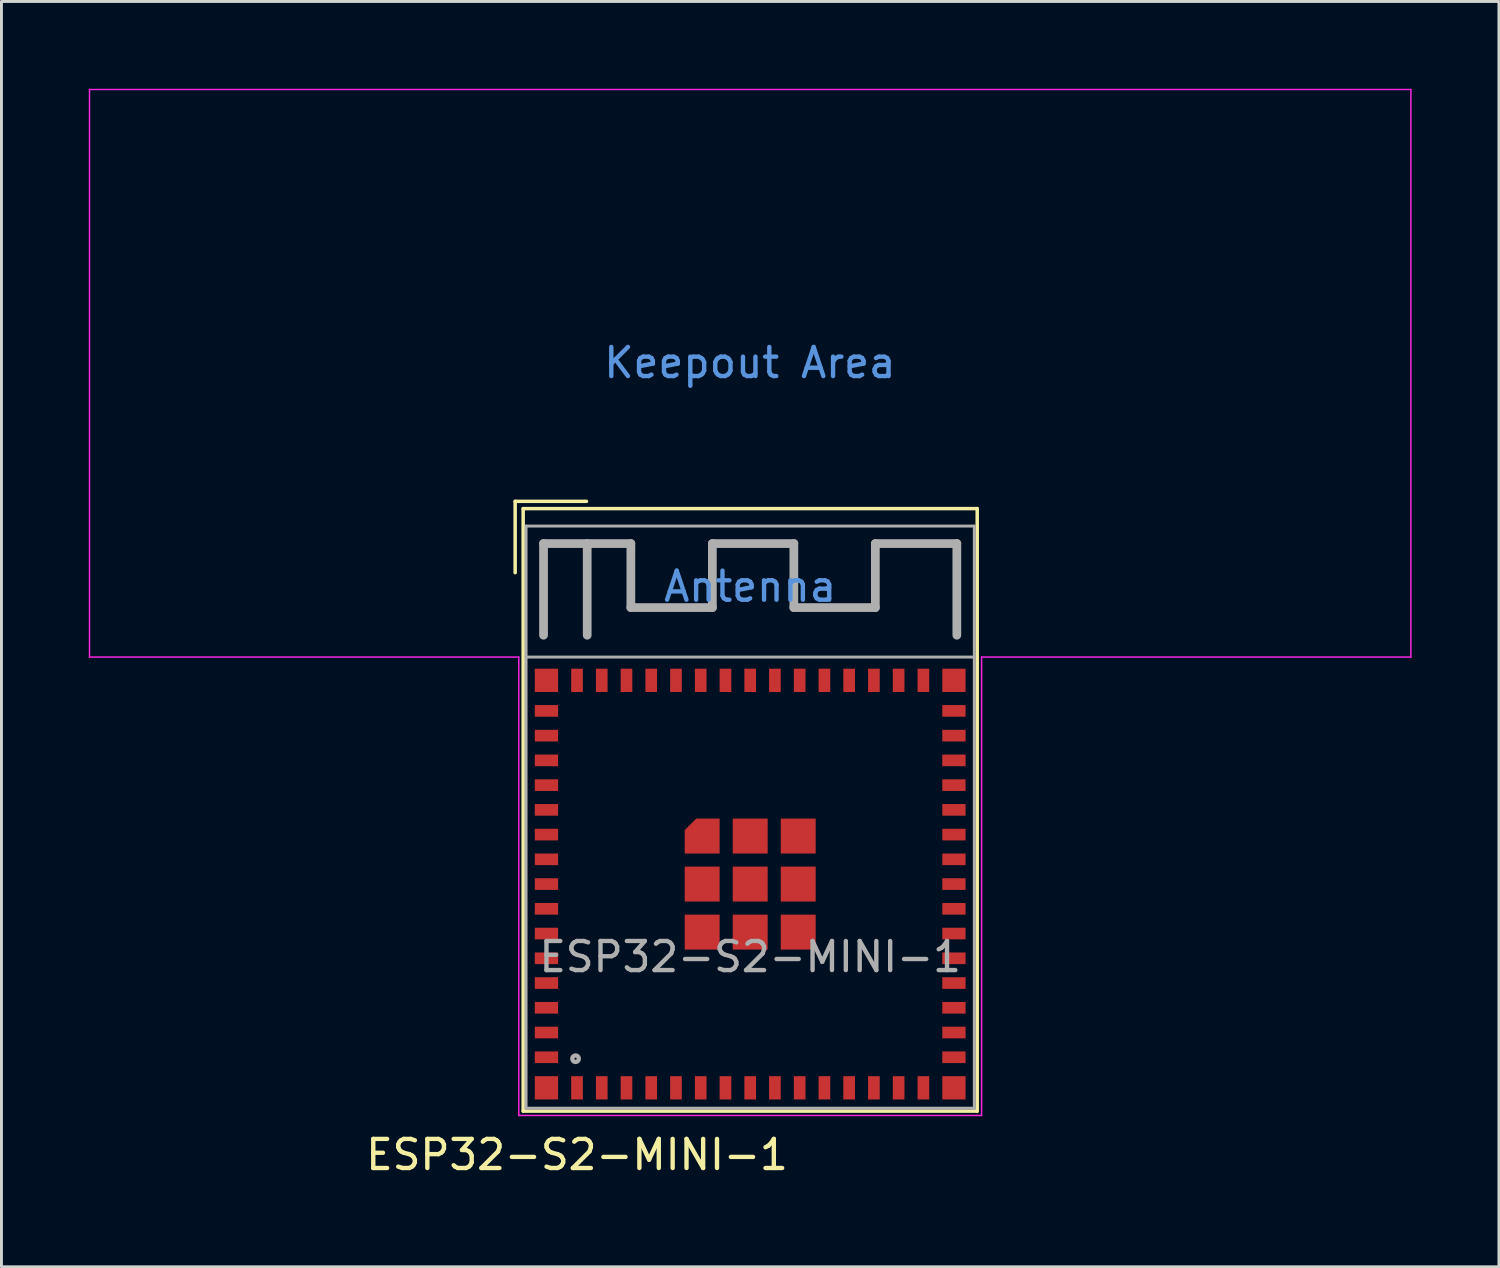
<source format=kicad_pcb>
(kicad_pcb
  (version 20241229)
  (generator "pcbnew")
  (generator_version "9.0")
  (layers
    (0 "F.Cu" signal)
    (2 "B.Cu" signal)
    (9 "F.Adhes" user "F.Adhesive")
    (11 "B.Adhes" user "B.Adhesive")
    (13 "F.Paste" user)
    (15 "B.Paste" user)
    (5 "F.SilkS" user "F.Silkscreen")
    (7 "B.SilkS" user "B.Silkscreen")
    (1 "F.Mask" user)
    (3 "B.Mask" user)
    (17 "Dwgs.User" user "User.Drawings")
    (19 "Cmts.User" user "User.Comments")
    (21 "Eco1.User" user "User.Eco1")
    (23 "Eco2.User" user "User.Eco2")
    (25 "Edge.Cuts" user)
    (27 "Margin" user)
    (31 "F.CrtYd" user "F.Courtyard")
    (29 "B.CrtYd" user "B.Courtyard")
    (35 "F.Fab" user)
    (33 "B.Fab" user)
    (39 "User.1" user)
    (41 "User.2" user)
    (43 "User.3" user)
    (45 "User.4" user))
  (footprint "ESP32-S2-MINI-1"
    (layer "F.Cu")
    (at 22.725 24.775)
    (property "Reference" "ESP32-S2-MINI-1" (at -5.95 11.85 0) (unlocked yes) (layer "F.SilkS") (effects (font (size 1 1) (thickness 0.15))))
    (attr smd)
    (fp_line (start -8.075 -10.6) (end -8.075 -8.15) (stroke (width 0.12) (type solid)) (layer "F.SilkS"))
    (fp_line (start -8.075 -10.6) (end -5.625 -10.6) (stroke (width 0.12) (type solid)) (layer "F.SilkS"))
    (fp_line (start -7.8 -10.35) (end 7.8 -10.35) (stroke (width 0.12) (type solid)) (layer "F.SilkS"))
    (fp_line (start -7.8 10.35) (end -7.8 -10.35) (stroke (width 0.12) (type solid)) (layer "F.SilkS"))
    (fp_line (start 7.8 -10.35) (end 7.8 10.35) (stroke (width 0.12) (type solid)) (layer "F.SilkS"))
    (fp_line (start 7.8 10.35) (end -7.8 10.35) (stroke (width 0.12) (type solid)) (layer "F.SilkS"))
    (fp_line (start -22.7 -24.75) (end 22.7 -24.75) (stroke (width 0.05) (type solid)) (layer "F.CrtYd"))
    (fp_line (start -22.7 -5.25) (end -22.7 -24.75) (stroke (width 0.05) (type solid)) (layer "F.CrtYd"))
    (fp_line (start -7.95 -5.25) (end -22.7 -5.25) (stroke (width 0.05) (type solid)) (layer "F.CrtYd"))
    (fp_line (start -7.95 10.5) (end -7.95 -5.25) (stroke (width 0.05) (type solid)) (layer "F.CrtYd"))
    (fp_line (start 7.95 -5.25) (end 7.95 10.5) (stroke (width 0.05) (type solid)) (layer "F.CrtYd"))
    (fp_line (start 7.95 -5.25) (end 22.7 -5.25) (stroke (width 0.05) (type solid)) (layer "F.CrtYd"))
    (fp_line (start 7.95 10.5) (end -7.95 10.5) (stroke (width 0.05) (type solid)) (layer "F.CrtYd"))
    (fp_line (start 22.7 -5.25) (end 22.7 -24.75) (stroke (width 0.05) (type solid)) (layer "F.CrtYd"))
    (fp_line (start -7.7 -9.75) (end 7.7 -9.75) (stroke (width 0.1) (type solid)) (layer "F.Fab"))
    (fp_line (start -7.7 -5.25) (end 7.7 -5.25) (stroke (width 0.1) (type solid)) (layer "F.Fab"))
    (fp_line (start -7.7 10.25) (end -7.7 -9.75) (stroke (width 0.1) (type solid)) (layer "F.Fab"))
    (fp_line (start -7.1 -9.15) (end -4.1 -9.15) (stroke (width 0.3) (type solid)) (layer "F.Fab"))
    (fp_line (start -7.1 -6) (end -7.1 -9.15) (stroke (width 0.3) (type solid)) (layer "F.Fab"))
    (fp_line (start -5.6 -6) (end -5.6 -9.15) (stroke (width 0.3) (type solid)) (layer "F.Fab"))
    (fp_line (start -4.1 -9.15) (end -4.1 -6.95) (stroke (width 0.3) (type solid)) (layer "F.Fab"))
    (fp_line (start -4.1 -6.95) (end -1.3 -6.95) (stroke (width 0.3) (type solid)) (layer "F.Fab"))
    (fp_line (start -1.3 -9.15) (end 1.5 -9.15) (stroke (width 0.3) (type solid)) (layer "F.Fab"))
    (fp_line (start -1.3 -6.95) (end -1.3 -9.15) (stroke (width 0.3) (type solid)) (layer "F.Fab"))
    (fp_line (start 1.5 -9.15) (end 1.5 -6.95) (stroke (width 0.3) (type solid)) (layer "F.Fab"))
    (fp_line (start 1.5 -6.95) (end 4.3 -6.95) (stroke (width 0.3) (type solid)) (layer "F.Fab"))
    (fp_line (start 4.3 -9.15) (end 7.1 -9.15) (stroke (width 0.3) (type solid)) (layer "F.Fab"))
    (fp_line (start 4.3 -6.95) (end 4.3 -9.15) (stroke (width 0.3) (type solid)) (layer "F.Fab"))
    (fp_line (start 7.1 -9.15) (end 7.1 -6) (stroke (width 0.3) (type solid)) (layer "F.Fab"))
    (fp_line (start 7.7 -9.75) (end 7.7 10.25) (stroke (width 0.1) (type solid)) (layer "F.Fab"))
    (fp_line (start 7.7 10.25) (end -7.7 10.25) (stroke (width 0.1) (type solid)) (layer "F.Fab"))
    (fp_circle (center -6 8.55) (end -5.888 8.55) (stroke (width 0.15) (type solid)) (fill no) (layer "F.Fab"))
    (fp_text user "Keepout Area" (at -0.01 -15.36 0) (layer "Cmts.User") (effects (font (size 1 1) (thickness 0.15))))
    (fp_text user "Antenna" (at 0 -7.675 0) (layer "Cmts.User") (effects (font (size 1 1) (thickness 0.15))))
    (fp_text user "${REFERENCE}" (at 0 5.05 0) (unlocked yes) (layer "F.Fab") (effects (font (size 1 1) (thickness 0.15))))
    (pad "1" smd rect (at -7 -3.4) (size 0.8 0.4) (layers "F.Cu" "F.Mask" "F.Paste"))
    (pad "2" smd rect (at -7 -2.55) (size 0.8 0.4) (layers "F.Cu" "F.Mask" "F.Paste"))
    (pad "3" smd rect (at -7 -1.7) (size 0.8 0.4) (layers "F.Cu" "F.Mask" "F.Paste"))
    (pad "4" smd rect (at -7 -0.85) (size 0.8 0.4) (layers "F.Cu" "F.Mask" "F.Paste"))
    (pad "5" smd rect (at -7 0) (size 0.8 0.4) (layers "F.Cu" "F.Mask" "F.Paste"))
    (pad "6" smd rect (at -7 0.85) (size 0.8 0.4) (layers "F.Cu" "F.Mask" "F.Paste"))
    (pad "7" smd rect (at -7 1.7) (size 0.8 0.4) (layers "F.Cu" "F.Mask" "F.Paste"))
    (pad "8" smd rect (at -7 2.55) (size 0.8 0.4) (layers "F.Cu" "F.Mask" "F.Paste"))
    (pad "9" smd rect (at -7 3.4) (size 0.8 0.4) (layers "F.Cu" "F.Mask" "F.Paste"))
    (pad "10" smd rect (at -7 4.25) (size 0.8 0.4) (layers "F.Cu" "F.Mask" "F.Paste"))
    (pad "11" smd rect (at -7 5.1) (size 0.8 0.4) (layers "F.Cu" "F.Mask" "F.Paste"))
    (pad "12" smd rect (at -7 5.95) (size 0.8 0.4) (layers "F.Cu" "F.Mask" "F.Paste"))
    (pad "13" smd rect (at -7 6.8) (size 0.8 0.4) (layers "F.Cu" "F.Mask" "F.Paste"))
    (pad "14" smd rect (at -7 7.65) (size 0.8 0.4) (layers "F.Cu" "F.Mask" "F.Paste"))
    (pad "15" smd rect (at -7 8.5) (size 0.8 0.4) (layers "F.Cu" "F.Mask" "F.Paste"))
    (pad "16" smd rect (at -5.95 9.55 90) (size 0.8 0.4) (layers "F.Cu" "F.Mask" "F.Paste"))
    (pad "17" smd rect (at -5.1 9.55 90) (size 0.8 0.4) (layers "F.Cu" "F.Mask" "F.Paste"))
    (pad "18" smd rect (at -4.25 9.55 90) (size 0.8 0.4) (layers "F.Cu" "F.Mask" "F.Paste"))
    (pad "19" smd rect (at -3.4 9.55 90) (size 0.8 0.4) (layers "F.Cu" "F.Mask" "F.Paste"))
    (pad "20" smd rect (at -2.55 9.55 90) (size 0.8 0.4) (layers "F.Cu" "F.Mask" "F.Paste"))
    (pad "21" smd rect (at -1.7 9.55 90) (size 0.8 0.4) (layers "F.Cu" "F.Mask" "F.Paste"))
    (pad "22" smd rect (at -0.85 9.55 90) (size 0.8 0.4) (layers "F.Cu" "F.Mask" "F.Paste"))
    (pad "23" smd rect (at 0 9.55 90) (size 0.8 0.4) (layers "F.Cu" "F.Mask" "F.Paste"))
    (pad "24" smd rect (at 0.85 9.55 90) (size 0.8 0.4) (layers "F.Cu" "F.Mask" "F.Paste"))
    (pad "25" smd rect (at 1.7 9.55 90) (size 0.8 0.4) (layers "F.Cu" "F.Mask" "F.Paste"))
    (pad "26" smd rect (at 2.55 9.55 90) (size 0.8 0.4) (layers "F.Cu" "F.Mask" "F.Paste"))
    (pad "27" smd rect (at 3.4 9.55 90) (size 0.8 0.4) (layers "F.Cu" "F.Mask" "F.Paste"))
    (pad "28" smd rect (at 4.25 9.55 90) (size 0.8 0.4) (layers "F.Cu" "F.Mask" "F.Paste"))
    (pad "29" smd rect (at 5.1 9.55 90) (size 0.8 0.4) (layers "F.Cu" "F.Mask" "F.Paste"))
    (pad "30" smd rect (at 5.95 9.55 90) (size 0.8 0.4) (layers "F.Cu" "F.Mask" "F.Paste"))
    (pad "31" smd rect (at 7 8.5) (size 0.8 0.4) (layers "F.Cu" "F.Mask" "F.Paste"))
    (pad "32" smd rect (at 7 7.65) (size 0.8 0.4) (layers "F.Cu" "F.Mask" "F.Paste"))
    (pad "33" smd rect (at 7 6.8) (size 0.8 0.4) (layers "F.Cu" "F.Mask" "F.Paste"))
    (pad "34" smd rect (at 7 5.95) (size 0.8 0.4) (layers "F.Cu" "F.Mask" "F.Paste"))
    (pad "35" smd rect (at 7 5.1) (size 0.8 0.4) (layers "F.Cu" "F.Mask" "F.Paste"))
    (pad "36" smd rect (at 7 4.25) (size 0.8 0.4) (layers "F.Cu" "F.Mask" "F.Paste"))
    (pad "37" smd rect (at 7 3.4) (size 0.8 0.4) (layers "F.Cu" "F.Mask" "F.Paste"))
    (pad "38" smd rect (at 7 2.55) (size 0.8 0.4) (layers "F.Cu" "F.Mask" "F.Paste"))
    (pad "39" smd rect (at 7 1.7) (size 0.8 0.4) (layers "F.Cu" "F.Mask" "F.Paste"))
    (pad "40" smd rect (at 7 0.85) (size 0.8 0.4) (layers "F.Cu" "F.Mask" "F.Paste"))
    (pad "41" smd rect (at 7 0) (size 0.8 0.4) (layers "F.Cu" "F.Mask" "F.Paste"))
    (pad "42" smd rect (at 7 -0.85) (size 0.8 0.4) (layers "F.Cu" "F.Mask" "F.Paste"))
    (pad "43" smd rect (at 7 -1.7) (size 0.8 0.4) (layers "F.Cu" "F.Mask" "F.Paste"))
    (pad "44" smd rect (at 7 -2.55) (size 0.8 0.4) (layers "F.Cu" "F.Mask" "F.Paste"))
    (pad "45" smd rect (at 7 -3.4) (size 0.8 0.4) (layers "F.Cu" "F.Mask" "F.Paste"))
    (pad "46" smd rect (at 5.95 -4.45 90) (size 0.8 0.4) (layers "F.Cu" "F.Mask" "F.Paste"))
    (pad "47" smd rect (at 5.1 -4.45 90) (size 0.8 0.4) (layers "F.Cu" "F.Mask" "F.Paste"))
    (pad "48" smd rect (at 4.25 -4.45 90) (size 0.8 0.4) (layers "F.Cu" "F.Mask" "F.Paste"))
    (pad "49" smd rect (at 3.4 -4.45 90) (size 0.8 0.4) (layers "F.Cu" "F.Mask" "F.Paste"))
    (pad "50" smd rect (at 2.55 -4.45 90) (size 0.8 0.4) (layers "F.Cu" "F.Mask" "F.Paste"))
    (pad "51" smd rect (at 1.7 -4.45 90) (size 0.8 0.4) (layers "F.Cu" "F.Mask" "F.Paste"))
    (pad "52" smd rect (at 0.85 -4.45 90) (size 0.8 0.4) (layers "F.Cu" "F.Mask" "F.Paste"))
    (pad "53" smd rect (at 0 -4.45 90) (size 0.8 0.4) (layers "F.Cu" "F.Mask" "F.Paste"))
    (pad "54" smd rect (at -0.85 -4.45 90) (size 0.8 0.4) (layers "F.Cu" "F.Mask" "F.Paste"))
    (pad "55" smd rect (at -1.7 -4.45 90) (size 0.8 0.4) (layers "F.Cu" "F.Mask" "F.Paste"))
    (pad "56" smd rect (at -2.55 -4.45 90) (size 0.8 0.4) (layers "F.Cu" "F.Mask" "F.Paste"))
    (pad "57" smd rect (at -3.4 -4.45 90) (size 0.8 0.4) (layers "F.Cu" "F.Mask" "F.Paste"))
    (pad "58" smd rect (at -4.25 -4.45 90) (size 0.8 0.4) (layers "F.Cu" "F.Mask" "F.Paste"))
    (pad "59" smd rect (at -5.1 -4.45 90) (size 0.8 0.4) (layers "F.Cu" "F.Mask" "F.Paste"))
    (pad "60" smd rect (at -5.95 -4.45 90) (size 0.8 0.4) (layers "F.Cu" "F.Mask" "F.Paste"))
    (pad "61" smd roundrect (at -1.65 0.9) (size 1.2 1.2) (layers "F.Cu" "F.Mask" "F.Paste") (roundrect_rratio 0) (chamfer_ratio 0.33) (chamfer top_left))
    (pad "61" smd rect (at -1.65 2.55) (size 1.2 1.2) (layers "F.Cu" "F.Mask" "F.Paste"))
    (pad "61" smd rect (at -1.65 4.2) (size 1.2 1.2) (layers "F.Cu" "F.Mask" "F.Paste"))
    (pad "61" smd rect (at 0 0.9) (size 1.2 1.2) (layers "F.Cu" "F.Mask" "F.Paste"))
    (pad "61" smd rect (at 0 2.55) (size 1.2 1.2) (layers "F.Cu" "F.Mask" "F.Paste"))
    (pad "61" smd rect (at 0 4.2) (size 1.2 1.2) (layers "F.Cu" "F.Mask" "F.Paste"))
    (pad "61" smd rect (at 1.65 0.9) (size 1.2 1.2) (layers "F.Cu" "F.Mask" "F.Paste"))
    (pad "61" smd rect (at 1.65 2.55) (size 1.2 1.2) (layers "F.Cu" "F.Mask" "F.Paste"))
    (pad "61" smd rect (at 1.65 4.2) (size 1.2 1.2) (layers "F.Cu" "F.Mask" "F.Paste"))
    (pad "62" smd rect (at -7 -4.45) (size 0.8 0.8) (layers "F.Cu" "F.Mask" "F.Paste"))
    (pad "63" smd rect (at -7 9.55) (size 0.8 0.8) (layers "F.Cu" "F.Mask" "F.Paste"))
    (pad "64" smd rect (at 7 9.55) (size 0.8 0.8) (layers "F.Cu" "F.Mask" "F.Paste"))
    (pad "65" smd rect (at 7 -4.45) (size 0.8 0.8) (layers "F.Cu" "F.Mask" "F.Paste"))
    (zone (net_name "") (layers "F.Cu" "B.Cu") (name "Antenna") (hatch full 0.508) (connect_pads) (min_thickness 0.254) (filled_areas_thickness no) (keepout (tracks not_allowed) (vias not_allowed) (pads not_allowed) (copperpour not_allowed) (footprints not_allowed)) (placement (enabled no)) (fill) (polygon (pts (xy 45.425 19.525) (xy 0.025 19.525) (xy 0.025 0.025) (xy 45.425 0.025)))))
  (gr_rect
    (start -3 -3)
    (end 48.45 40.473)
    (stroke (width 0.1) (type default))
    (fill no)
    (layer "Edge.Cuts")))
</source>
